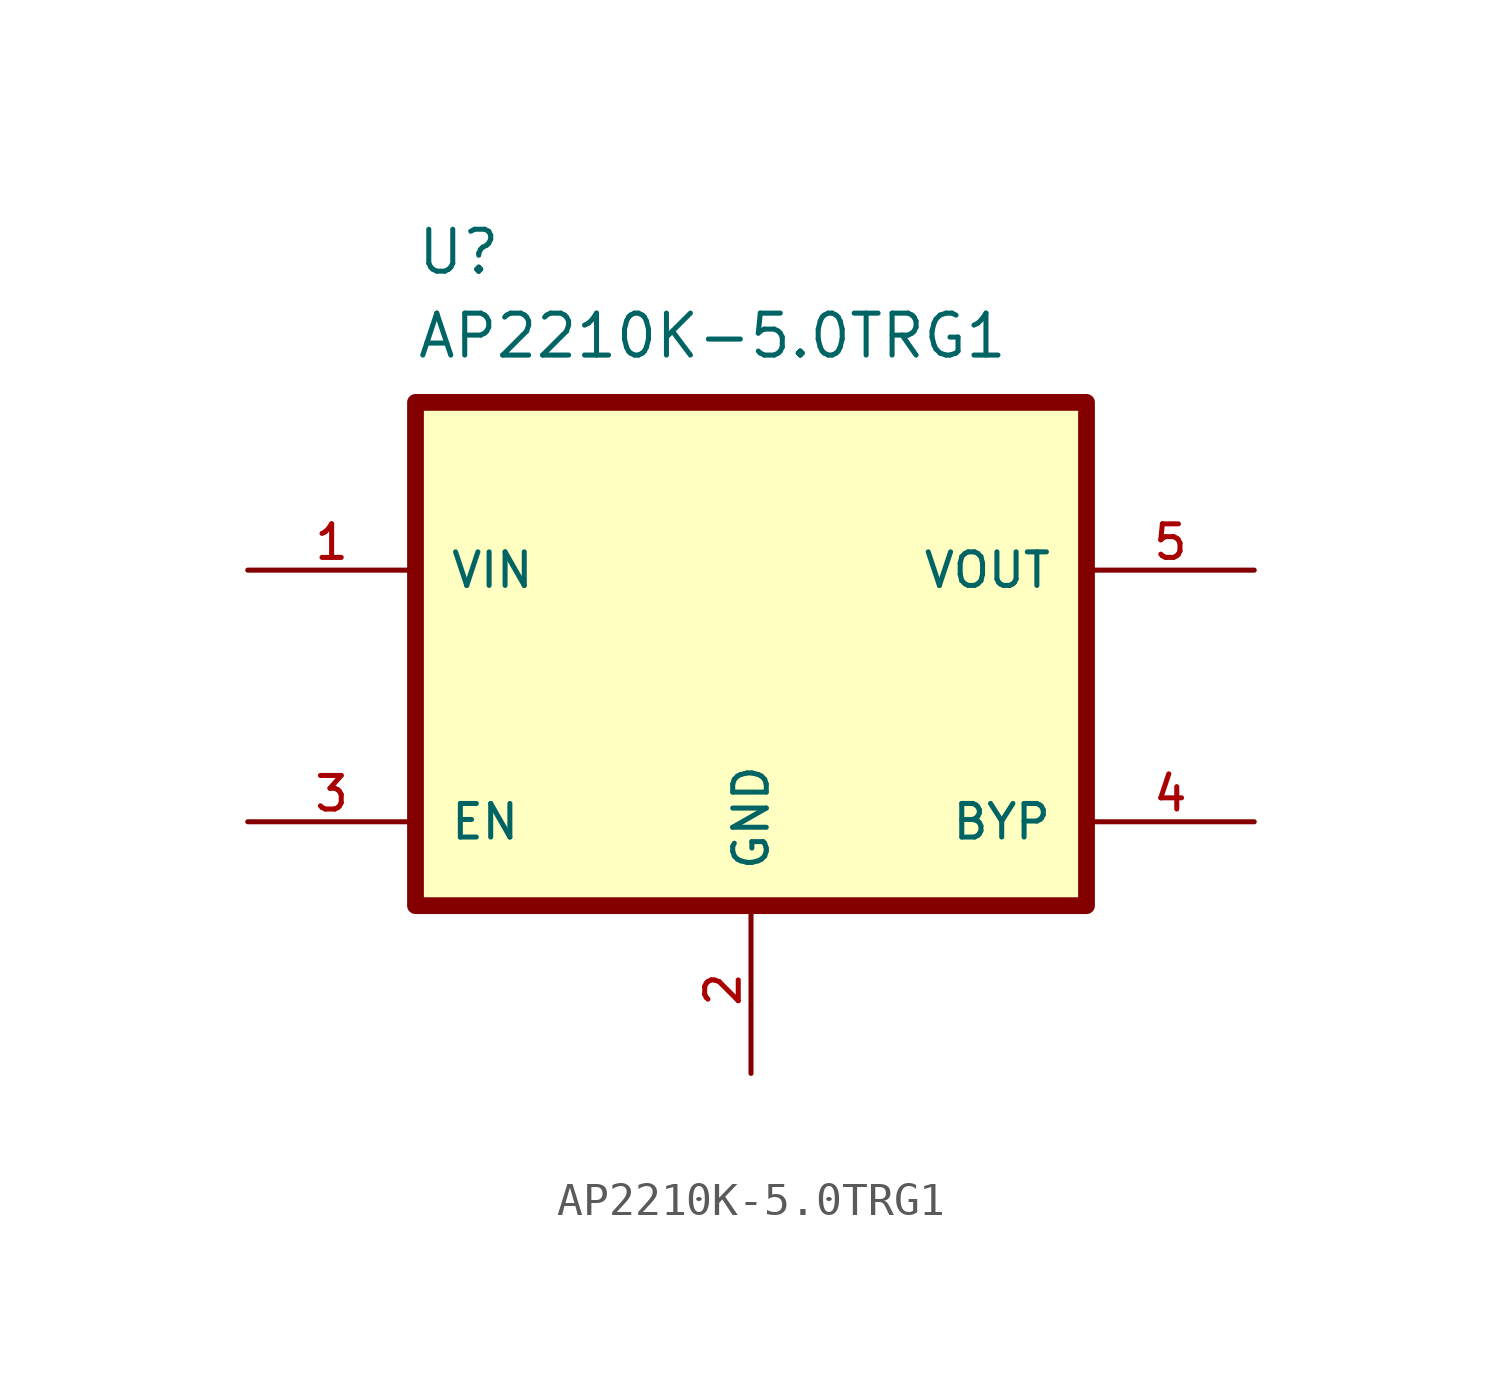
<source format=kicad_sym>
(kicad_symbol_lib
  (version 20211014)
  (generator kicad_symbol_editor)
  (symbol "AP2210K-5.0TRG1"
    (pin_names
      (offset 1.016))
    (property "Reference" "U"
      (at -10.16 11.43 0)
      (effects (font (size 1.27 1.27)) (justify bottom left)))
    (property "Value" "AP2210K-5.0TRG1"
      (at -10.16 8.89 0)
      (effects (font (size 1.27 1.27)) (justify bottom left)))
    (symbol "AP2210K-5.0TRG1_0_0"
      (rectangle (start -10.16 -7.62) (end 10.16 7.62) (stroke (width 0.508)) (fill (type background)))
      (pin bidirectional line (at -15.24 2.54 0) (length 5.08) (name "VIN" (effects (font (size 1.016 1.016)))) (number "1" (effects (font (size 1.016 1.016)))))
      (pin bidirectional line (at 0.0 -12.7 90.0) (length 5.08) (name "GND" (effects (font (size 1.016 1.016)))) (number "2" (effects (font (size 1.016 1.016)))))
      (pin bidirectional line (at -15.24 -5.08 0) (length 5.08) (name "EN" (effects (font (size 1.016 1.016)))) (number "3" (effects (font (size 1.016 1.016)))))
      (pin bidirectional line (at 15.24 -5.08 180.0) (length 5.08) (name "BYP" (effects (font (size 1.016 1.016)))) (number "4" (effects (font (size 1.016 1.016)))))
      (pin bidirectional line (at 15.24 2.54 180.0) (length 5.08) (name "VOUT" (effects (font (size 1.016 1.016)))) (number "5" (effects (font (size 1.016 1.016))))))))
</source>
